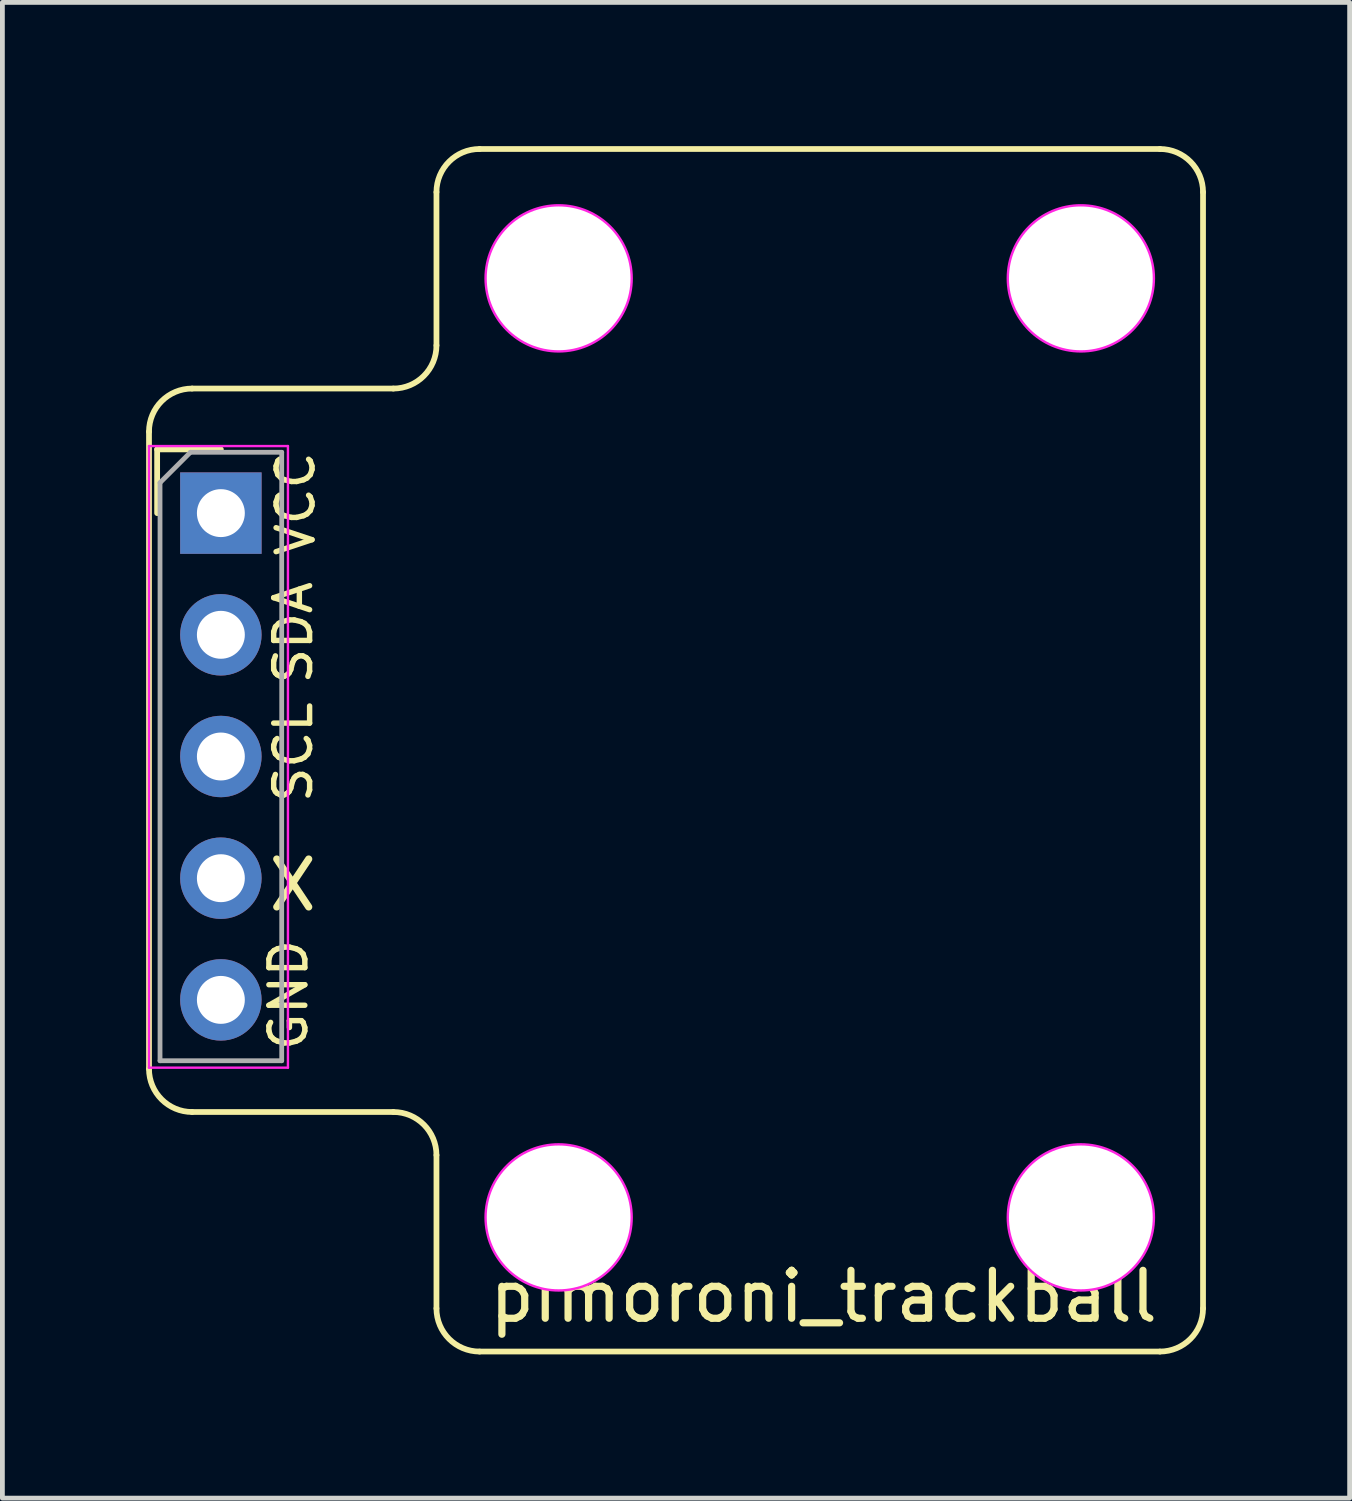
<source format=kicad_pcb>
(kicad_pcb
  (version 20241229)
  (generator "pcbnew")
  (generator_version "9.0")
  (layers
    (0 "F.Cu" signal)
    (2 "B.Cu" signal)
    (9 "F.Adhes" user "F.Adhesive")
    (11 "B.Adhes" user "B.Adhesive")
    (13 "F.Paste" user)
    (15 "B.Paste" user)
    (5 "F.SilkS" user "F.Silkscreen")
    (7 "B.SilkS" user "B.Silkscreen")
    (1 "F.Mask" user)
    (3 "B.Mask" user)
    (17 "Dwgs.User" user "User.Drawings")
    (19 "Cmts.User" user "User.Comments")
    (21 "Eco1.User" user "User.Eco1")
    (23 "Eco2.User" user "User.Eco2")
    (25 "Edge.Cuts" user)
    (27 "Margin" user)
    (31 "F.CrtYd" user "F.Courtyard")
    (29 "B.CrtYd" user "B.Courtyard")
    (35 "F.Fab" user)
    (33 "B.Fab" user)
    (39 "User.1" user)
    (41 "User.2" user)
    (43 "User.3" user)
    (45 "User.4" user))
  (footprint "pimoroni_trackball"
    (layer "F.Cu")
    (at 1.56 7.66)
    (property "Reference" "pimoroni_trackball" (at 12.58 16.35 0) (layer "F.SilkS") (effects (font (size 1 1) (thickness 0.15))))
    (attr through_hole)
    (fp_line (start -1.5 -1.7) (end -1.5 11.6) (stroke (width 0.12) (type solid)) (layer "F.SilkS"))
    (fp_line (start -1.33 -1.33) (end 0 -1.33) (stroke (width 0.12) (type solid)) (layer "F.SilkS"))
    (fp_line (start -1.33 0) (end -1.33 -1.33) (stroke (width 0.12) (type solid)) (layer "F.SilkS"))
    (fp_line (start -0.6 -2.6) (end 3.6 -2.6) (stroke (width 0.12) (type solid)) (layer "F.SilkS"))
    (fp_line (start -0.6 12.5) (end 3.6 12.5) (stroke (width 0.12) (type solid)) (layer "F.SilkS"))
    (fp_line (start 4.5 -3.5) (end 4.5 -6.7) (stroke (width 0.12) (type solid)) (layer "F.SilkS"))
    (fp_line (start 4.5 13.4) (end 4.5 16.6) (stroke (width 0.12) (type solid)) (layer "F.SilkS"))
    (fp_line (start 5.4 -7.6) (end 19.6 -7.6) (stroke (width 0.12) (type solid)) (layer "F.SilkS"))
    (fp_line (start 5.4 17.5) (end 19.6 17.5) (stroke (width 0.12) (type solid)) (layer "F.SilkS"))
    (fp_line (start 20.5 16.6) (end 20.5 -6.7) (stroke (width 0.12) (type solid)) (layer "F.SilkS"))
    (fp_arc (start -1.5 -1.7) (mid -1.236396 -2.336396) (end -0.6 -2.6) (stroke (width 0.12) (type default)) (layer "F.SilkS"))
    (fp_arc (start -0.6 12.5) (mid -1.236396 12.236396) (end -1.5 11.6) (stroke (width 0.12) (type default)) (layer "F.SilkS"))
    (fp_arc (start 3.6 12.5) (mid 4.236396 12.763604) (end 4.5 13.4) (stroke (width 0.12) (type default)) (layer "F.SilkS"))
    (fp_arc (start 4.5 -6.7) (mid 4.763604 -7.336396) (end 5.4 -7.6) (stroke (width 0.12) (type default)) (layer "F.SilkS"))
    (fp_arc (start 4.5 -3.5) (mid 4.236396 -2.863604) (end 3.6 -2.6) (stroke (width 0.12) (type default)) (layer "F.SilkS"))
    (fp_arc (start 5.4 17.5) (mid 4.763604 17.236396) (end 4.5 16.6) (stroke (width 0.12) (type default)) (layer "F.SilkS"))
    (fp_arc (start 19.6 -7.6) (mid 20.236396 -7.336396) (end 20.5 -6.7) (stroke (width 0.12) (type default)) (layer "F.SilkS"))
    (fp_arc (start 20.5 16.6) (mid 20.236396 17.236396) (end 19.6 17.5) (stroke (width 0.12) (type default)) (layer "F.SilkS"))
    (fp_line (start -1.5 -1.4) (end -1.5 11.575) (stroke (width 0.05) (type solid)) (layer "F.CrtYd"))
    (fp_line (start -1.5 11.575) (end 1.4 11.575) (stroke (width 0.05) (type solid)) (layer "F.CrtYd"))
    (fp_line (start 1.4 -1.4) (end -1.5 -1.4) (stroke (width 0.05) (type solid)) (layer "F.CrtYd"))
    (fp_line (start 1.4 11.575) (end 1.4 -1.4) (stroke (width 0.05) (type solid)) (layer "F.CrtYd"))
    (fp_circle (center 7.05 -4.9) (end 8.55 -4.9) (stroke (width 0.1) (type default)) (fill no) (layer "F.CrtYd"))
    (fp_circle (center 7.05 14.7) (end 8.55 14.7) (stroke (width 0.1) (type default)) (fill no) (layer "F.CrtYd"))
    (fp_circle (center 17.95 -4.9) (end 19.45 -4.9) (stroke (width 0.1) (type default)) (fill no) (layer "F.CrtYd"))
    (fp_circle (center 17.95 14.7) (end 19.45 14.7) (stroke (width 0.1) (type default)) (fill no) (layer "F.CrtYd"))
    (fp_line (start -1.27 -0.635) (end -0.635 -1.27) (stroke (width 0.1) (type solid)) (layer "F.Fab"))
    (fp_line (start -1.27 11.43) (end -1.27 -0.635) (stroke (width 0.1) (type solid)) (layer "F.Fab"))
    (fp_line (start -0.635 -1.27) (end 1.27 -1.27) (stroke (width 0.1) (type solid)) (layer "F.Fab"))
    (fp_line (start 1.27 -1.27) (end 1.27 11.43) (stroke (width 0.1) (type solid)) (layer "F.Fab"))
    (fp_line (start 1.27 11.43) (end -1.27 11.43) (stroke (width 0.1) (type solid)) (layer "F.Fab"))
    (fp_rect (start 5.375 -2.075) (end 19.625 11.975) (stroke (width 0.1) (type default)) (fill no) (layer "User.1"))
    (fp_circle (center 12.51 4.95) (end 14.51 4.95) (stroke (width 0.2) (type default)) (fill no) (layer "User.1"))
    (fp_poly (pts (xy 9.037 4.95) (xy 12.5 1.487) (xy 15.963 4.95) (xy 12.5 8.413)) (stroke (width 0.2) (type default)) (fill no) (layer "User.1"))
    (fp_text user "SDA" (at 1.95 3.625 90) (unlocked yes) (layer "F.SilkS") (effects (font (size 0.75 0.75) (thickness 0.113)) (justify left bottom)))
    (fp_text user "X" (at 0.925 8.35 0) (unlocked yes) (layer "F.SilkS") (effects (font (size 1 1) (thickness 0.15)) (justify left bottom)))
    (fp_text user "VCC" (at 2 0.95 90) (unlocked yes) (layer "F.SilkS") (effects (font (size 0.75 0.75) (thickness 0.113)) (justify left bottom)))
    (fp_text user "GND" (at 1.85 11.275 90) (unlocked yes) (layer "F.SilkS") (effects (font (size 0.75 0.75) (thickness 0.113)) (justify left bottom)))
    (fp_text user "SCL" (at 1.95 6.1 90) (unlocked yes) (layer "F.SilkS") (effects (font (size 0.75 0.75) (thickness 0.113)) (justify left bottom)))
    (pad "" np_thru_hole circle (at 7.05 -4.9) (size 3 3) (drill 3) (layers "*.Cu" "*.Mask"))
    (pad "" np_thru_hole circle (at 7.05 14.7) (size 3 3) (drill 3) (layers "*.Cu" "*.Mask"))
    (pad "" np_thru_hole circle (at 17.95 -4.9) (size 3 3) (drill 3) (layers "*.Cu" "*.Mask"))
    (pad "" np_thru_hole circle (at 17.95 14.7) (size 3 3) (drill 3) (layers "*.Cu" "*.Mask"))
    (pad "1" thru_hole rect (at 0 0) (size 1.7 1.7) (drill 1) (layers "*.Cu" "*.Mask"))
    (pad "2" thru_hole oval (at 0 2.54) (size 1.7 1.7) (drill 1) (layers "*.Cu" "*.Mask"))
    (pad "3" thru_hole oval (at 0 5.08) (size 1.7 1.7) (drill 1) (layers "*.Cu" "*.Mask"))
    (pad "4" thru_hole oval (at 0 7.62) (size 1.7 1.7) (drill 1) (layers "*.Cu" "*.Mask"))
    (pad "5" thru_hole oval (at 0 10.16) (size 1.7 1.7) (drill 1) (layers "*.Cu" "*.Mask")))
  (gr_rect
    (start -3 -3)
    (end 25.12 28.22)
    (stroke (width 0.1) (type default))
    (fill no)
    (layer "Edge.Cuts")))
</source>
